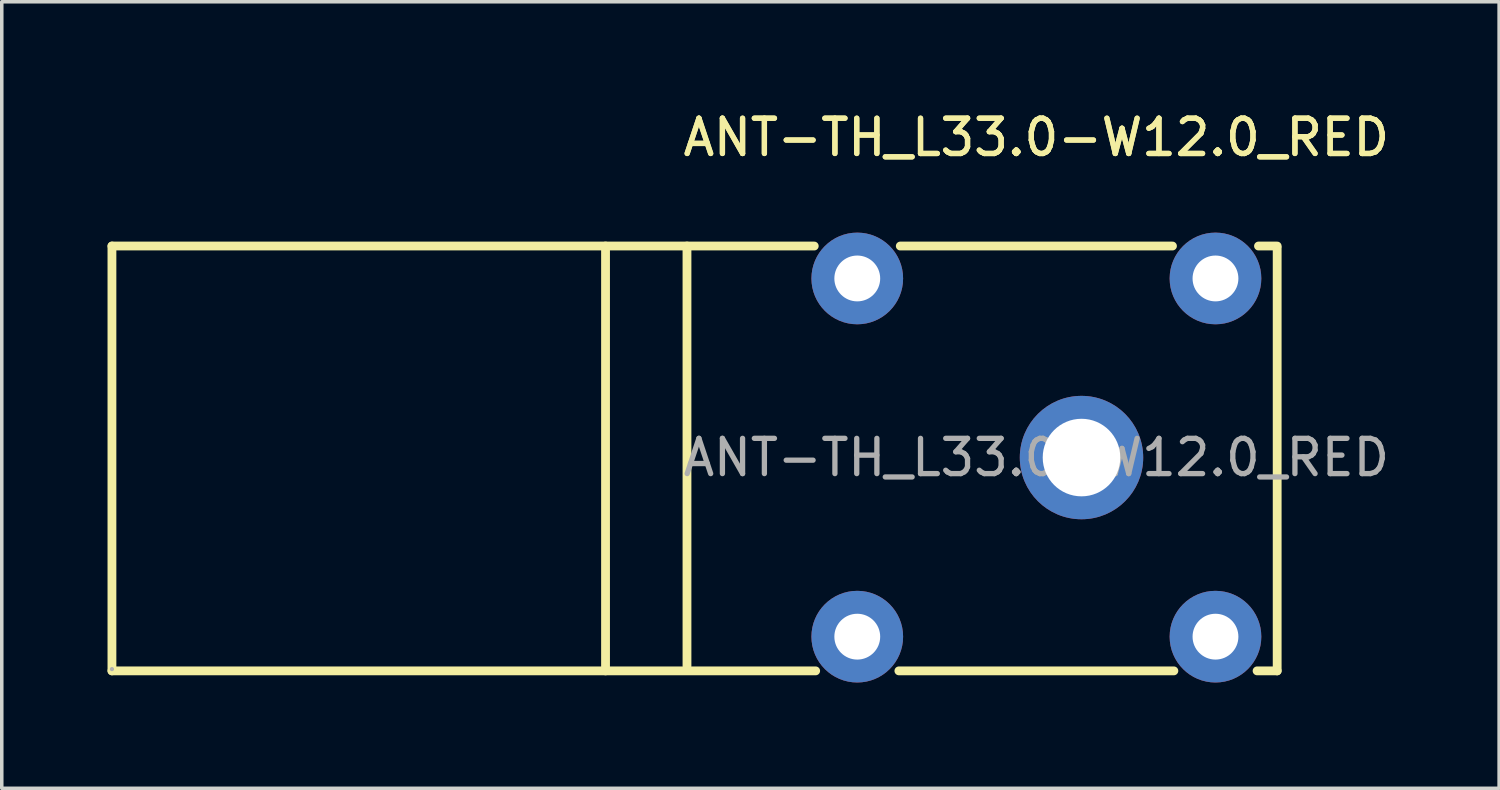
<source format=kicad_pcb>
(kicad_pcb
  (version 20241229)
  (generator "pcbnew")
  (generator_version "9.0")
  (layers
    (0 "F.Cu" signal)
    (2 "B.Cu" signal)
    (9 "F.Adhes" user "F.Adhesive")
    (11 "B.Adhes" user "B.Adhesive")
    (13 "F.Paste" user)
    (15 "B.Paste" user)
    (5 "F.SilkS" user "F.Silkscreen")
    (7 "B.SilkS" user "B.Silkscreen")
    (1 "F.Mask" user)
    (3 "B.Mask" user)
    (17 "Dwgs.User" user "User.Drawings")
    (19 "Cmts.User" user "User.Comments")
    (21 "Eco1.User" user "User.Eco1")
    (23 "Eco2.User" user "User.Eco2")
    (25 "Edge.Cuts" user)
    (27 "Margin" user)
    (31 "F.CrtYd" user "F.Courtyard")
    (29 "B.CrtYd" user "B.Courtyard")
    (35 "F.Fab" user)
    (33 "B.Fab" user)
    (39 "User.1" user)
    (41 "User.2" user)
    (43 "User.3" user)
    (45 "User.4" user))
  (footprint "ANT-TH_L33.0-W12.0_RED"
    (layer "F.Cu")
    (at 26.345 9.928)
    (property "Reference" "ANT-TH_L33.0-W12.0_RED" (at 0 -9.08 0) (layer "F.SilkS") (effects (font (size 1 1) (thickness 0.15))))
    (attr through_hole)
    (fp_line (start -26.22 -6) (end -6.3 -6) (stroke (width 0.25) (type solid)) (layer "F.SilkS"))
    (fp_line (start -26.22 6.05) (end -26.22 -6) (stroke (width 0.25) (type solid)) (layer "F.SilkS"))
    (fp_line (start -12.22 -6) (end -12.22 6.05) (stroke (width 0.25) (type solid)) (layer "F.SilkS"))
    (fp_line (start -9.91 -6) (end -9.91 5.91) (stroke (width 0.25) (type solid)) (layer "F.SilkS"))
    (fp_line (start -6.26 6.05) (end -26.22 6.05) (stroke (width 0.25) (type solid)) (layer "F.SilkS"))
    (fp_line (start -3.86 -6) (end 3.86 -6) (stroke (width 0.25) (type solid)) (layer "F.SilkS"))
    (fp_line (start 3.9 6.05) (end -3.9 6.05) (stroke (width 0.25) (type solid)) (layer "F.SilkS"))
    (fp_line (start 6.3 -6) (end 6.83 -6) (stroke (width 0.25) (type solid)) (layer "F.SilkS"))
    (fp_line (start 6.83 -5.95) (end 6.83 6.05) (stroke (width 0.25) (type solid)) (layer "F.SilkS"))
    (fp_line (start 6.83 6.05) (end 6.26 6.05) (stroke (width 0.25) (type solid)) (layer "F.SilkS"))
    (fp_circle (center -26.22 6) (end -26.19 6) (stroke (width 0.06) (type solid)) (fill no) (layer "F.Fab"))
    (fp_circle (center 1.28 0) (end 1.78 0) (stroke (width 1) (type solid)) (fill no) (layer "F.Fab"))
    (fp_text user "${REFERENCE}" (at 0 -9.08 0) (layer "F.SilkS") (effects (font (size 1 1) (thickness 0.15))))
    (fp_text user "${REFERENCE}" (at 0 0 0) (layer "F.Fab") (effects (font (size 1 1) (thickness 0.15))))
    (pad "1" thru_hole circle (at -5.08 5.08) (size 2.6 2.6) (drill 1.3) (layers "*.Cu" "*.Mask"))
    (pad "2" thru_hole circle (at -5.08 -5.08) (size 2.6 2.6) (drill 1.3) (layers "*.Cu" "*.Mask"))
    (pad "3" thru_hole circle (at 5.08 -5.08) (size 2.6 2.6) (drill 1.3) (layers "*.Cu" "*.Mask"))
    (pad "4" thru_hole circle (at 5.08 5.08) (size 2.6 2.6) (drill 1.3) (layers "*.Cu" "*.Mask"))
    (pad "5" thru_hole circle (at 1.28 0) (size 3.5 3.5) (drill 2.2) (layers "*.Cu" "*.Mask")))
  (gr_rect
    (start -3 -3)
    (end 39.47 19.308)
    (stroke (width 0.1) (type default))
    (fill no)
    (layer "Edge.Cuts")))
</source>
